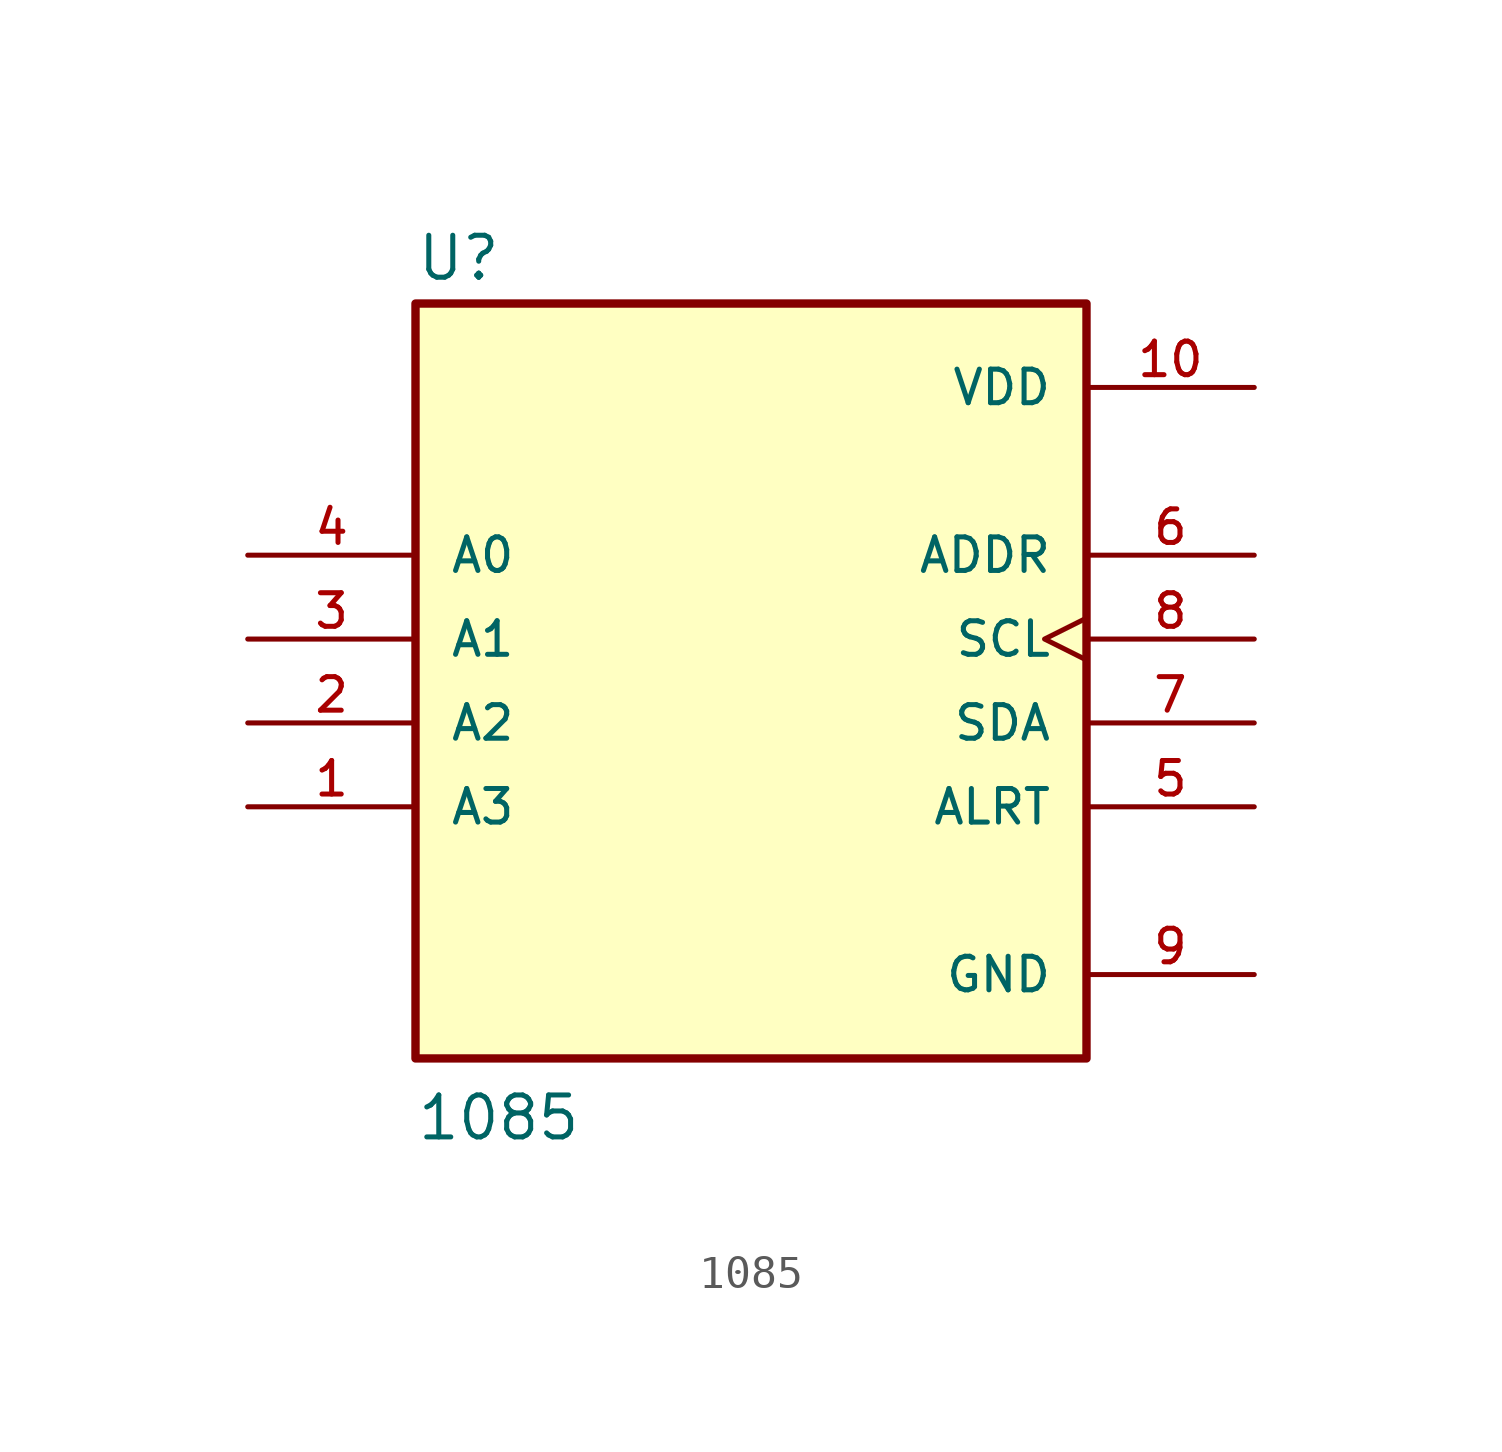
<source format=kicad_sym>
(kicad_symbol_lib
  (version 20211014)
  (generator kicad_symbol_editor)
  (symbol "1085"
    (pin_names
      (offset 1.016))
    (property "Reference" "U"
      (at -10.16 10.795 0)
      (effects (font (size 1.27 1.27)) (justify bottom left)))
    (property "Value" "1085"
      (at -10.16 -15.24 0)
      (effects (font (size 1.27 1.27)) (justify bottom left)))
    (symbol "1085_0_0"
      (rectangle (start -10.16 -12.7) (end 10.16 10.16) (stroke (width 0.254)) (fill (type background)))
      (pin input line (at -15.24 -5.08 0) (length 5.08) (name "A3" (effects (font (size 1.016 1.016)))) (number "1" (effects (font (size 1.016 1.016)))))
      (pin input line (at -15.24 -2.54 0) (length 5.08) (name "A2" (effects (font (size 1.016 1.016)))) (number "2" (effects (font (size 1.016 1.016)))))
      (pin input line (at -15.24 0.0 0) (length 5.08) (name "A1" (effects (font (size 1.016 1.016)))) (number "3" (effects (font (size 1.016 1.016)))))
      (pin input line (at -15.24 2.54 0) (length 5.08) (name "A0" (effects (font (size 1.016 1.016)))) (number "4" (effects (font (size 1.016 1.016)))))
      (pin output line (at 15.24 -5.08 180.0) (length 5.08) (name "ALRT" (effects (font (size 1.016 1.016)))) (number "5" (effects (font (size 1.016 1.016)))))
      (pin input line (at 15.24 2.54 180.0) (length 5.08) (name "ADDR" (effects (font (size 1.016 1.016)))) (number "6" (effects (font (size 1.016 1.016)))))
      (pin bidirectional line (at 15.24 -2.54 180.0) (length 5.08) (name "SDA" (effects (font (size 1.016 1.016)))) (number "7" (effects (font (size 1.016 1.016)))))
      (pin input clock (at 15.24 0.0 180.0) (length 5.08) (name "SCL" (effects (font (size 1.016 1.016)))) (number "8" (effects (font (size 1.016 1.016)))))
      (pin power_in line (at 15.24 -10.16 180.0) (length 5.08) (name "GND" (effects (font (size 1.016 1.016)))) (number "9" (effects (font (size 1.016 1.016)))))
      (pin power_in line (at 15.24 7.62 180.0) (length 5.08) (name "VDD" (effects (font (size 1.016 1.016)))) (number "10" (effects (font (size 1.016 1.016))))))))
</source>
